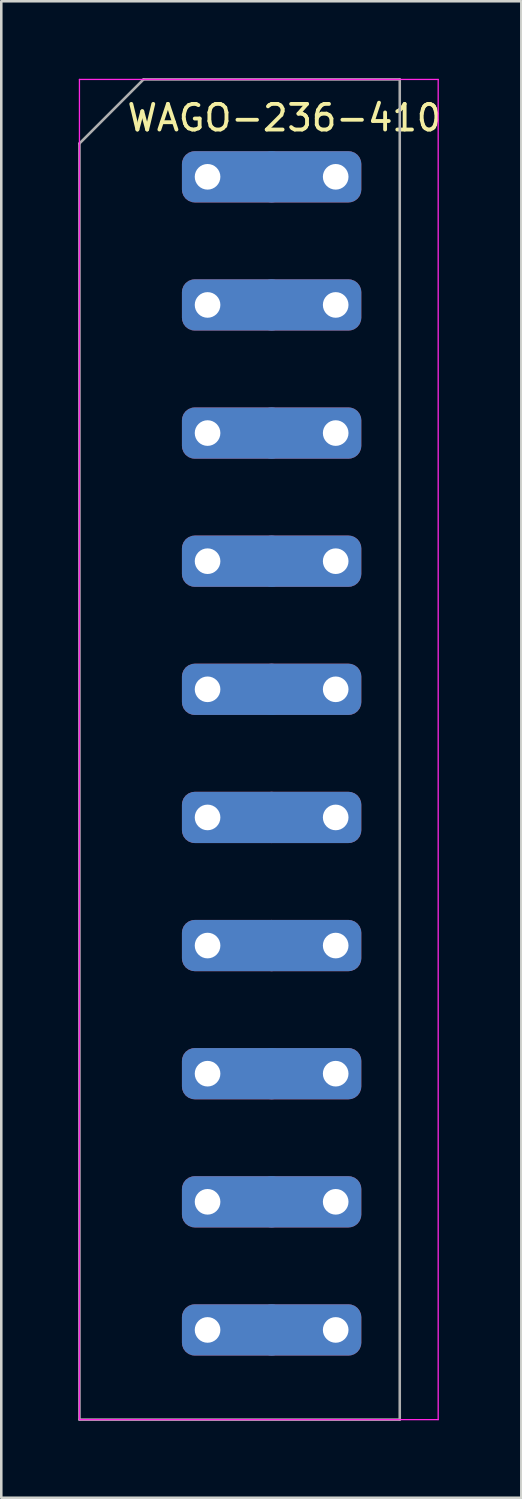
<source format=kicad_pcb>
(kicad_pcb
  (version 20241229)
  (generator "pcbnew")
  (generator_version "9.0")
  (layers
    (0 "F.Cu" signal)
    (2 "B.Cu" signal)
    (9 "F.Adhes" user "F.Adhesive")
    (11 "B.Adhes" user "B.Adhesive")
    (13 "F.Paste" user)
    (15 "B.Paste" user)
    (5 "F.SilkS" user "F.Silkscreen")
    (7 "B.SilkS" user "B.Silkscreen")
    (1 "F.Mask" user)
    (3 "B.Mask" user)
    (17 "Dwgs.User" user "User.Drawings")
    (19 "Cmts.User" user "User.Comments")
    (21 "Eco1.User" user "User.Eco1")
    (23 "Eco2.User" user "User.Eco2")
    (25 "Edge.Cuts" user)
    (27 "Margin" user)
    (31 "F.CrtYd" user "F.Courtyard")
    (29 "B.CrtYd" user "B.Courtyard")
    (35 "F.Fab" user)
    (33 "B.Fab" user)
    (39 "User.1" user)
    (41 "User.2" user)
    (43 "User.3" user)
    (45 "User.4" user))
  (footprint "WAGO-236-410"
    (layer "F.Cu")
    (at 5.05 3.85)
    (property "Reference" "WAGO-236-410" (at 3 -2.3 180) (layer "F.SilkS") (effects (font (size 1 1) (thickness 0.15))))
    (attr through_hole)
    (fp_line (start -5 -3.8) (end 9 -3.8) (stroke (width 0.05) (type solid)) (layer "F.CrtYd"))
    (fp_line (start -5 48.5) (end -5 -3.8) (stroke (width 0.05) (type solid)) (layer "F.CrtYd"))
    (fp_line (start 9 -3.8) (end 9 48.5) (stroke (width 0.05) (type solid)) (layer "F.CrtYd"))
    (fp_line (start 9 48.5) (end -5 48.5) (stroke (width 0.05) (type solid)) (layer "F.CrtYd"))
    (fp_line (start -5 -1.3) (end -2.5 -3.8) (stroke (width 0.1) (type solid)) (layer "F.Fab"))
    (fp_line (start -5 48.5) (end -5 -1.3) (stroke (width 0.1) (type solid)) (layer "F.Fab"))
    (fp_line (start -2.5 -3.8) (end 7.5 -3.8) (stroke (width 0.1) (type solid)) (layer "F.Fab"))
    (fp_line (start 7.5 -3.8) (end 7.5 48.5) (stroke (width 0.1) (type solid)) (layer "F.Fab"))
    (fp_line (start 7.5 48.5) (end -5 48.5) (stroke (width 0.1) (type solid)) (layer "F.Fab"))
    (pad "1" thru_hole roundrect (at 0 0) (size 4 2) (drill 1 (offset 1 0)) (layers "*.Cu" "*.Mask") (roundrect_rratio 0.25))
    (pad "1" thru_hole roundrect (at 5 0) (size 4 2) (drill 1 (offset -1 0)) (layers "*.Cu" "*.Mask") (roundrect_rratio 0.25))
    (pad "2" thru_hole roundrect (at 0 5) (size 4 2) (drill 1 (offset 1 0)) (layers "*.Cu" "*.Mask") (roundrect_rratio 0.25))
    (pad "2" thru_hole roundrect (at 5 5) (size 4 2) (drill 1 (offset -1 0)) (layers "*.Cu" "*.Mask") (roundrect_rratio 0.25))
    (pad "3" thru_hole roundrect (at 0 10) (size 4 2) (drill 1 (offset 1 0)) (layers "*.Cu" "*.Mask") (roundrect_rratio 0.25))
    (pad "3" thru_hole roundrect (at 5 10) (size 4 2) (drill 1 (offset -1 0)) (layers "*.Cu" "*.Mask") (roundrect_rratio 0.25))
    (pad "4" thru_hole roundrect (at 0 15) (size 4 2) (drill 1 (offset 1 0)) (layers "*.Cu" "*.Mask") (roundrect_rratio 0.25))
    (pad "4" thru_hole roundrect (at 5 15) (size 4 2) (drill 1 (offset -1 0)) (layers "*.Cu" "*.Mask") (roundrect_rratio 0.25))
    (pad "5" thru_hole roundrect (at 0 20) (size 4 2) (drill 1 (offset 1 0)) (layers "*.Cu" "*.Mask") (roundrect_rratio 0.25))
    (pad "5" thru_hole roundrect (at 5 20) (size 4 2) (drill 1 (offset -1 0)) (layers "*.Cu" "*.Mask") (roundrect_rratio 0.25))
    (pad "6" thru_hole roundrect (at 0 25) (size 4 2) (drill 1 (offset 1 0)) (layers "*.Cu" "*.Mask") (roundrect_rratio 0.25))
    (pad "6" thru_hole roundrect (at 5 25) (size 4 2) (drill 1 (offset -1 0)) (layers "*.Cu" "*.Mask") (roundrect_rratio 0.25))
    (pad "7" thru_hole roundrect (at 0 30) (size 4 2) (drill 1 (offset 1 0)) (layers "*.Cu" "*.Mask") (roundrect_rratio 0.25))
    (pad "7" thru_hole roundrect (at 5 30) (size 4 2) (drill 1 (offset -1 0)) (layers "*.Cu" "*.Mask") (roundrect_rratio 0.25))
    (pad "8" thru_hole roundrect (at 0 35) (size 4 2) (drill 1 (offset 1 0)) (layers "*.Cu" "*.Mask") (roundrect_rratio 0.25))
    (pad "8" thru_hole roundrect (at 5 35) (size 4 2) (drill 1 (offset -1 0)) (layers "*.Cu" "*.Mask") (roundrect_rratio 0.25))
    (pad "9" thru_hole roundrect (at 0 40) (size 4 2) (drill 1 (offset 1 0)) (layers "*.Cu" "*.Mask") (roundrect_rratio 0.25))
    (pad "9" thru_hole roundrect (at 5 40) (size 4 2) (drill 1 (offset -1 0)) (layers "*.Cu" "*.Mask") (roundrect_rratio 0.25))
    (pad "10" thru_hole roundrect (at 0 45) (size 4 2) (drill 1 (offset 1 0)) (layers "*.Cu" "*.Mask") (roundrect_rratio 0.25))
    (pad "10" thru_hole roundrect (at 5 45) (size 4 2) (drill 1 (offset -1 0)) (layers "*.Cu" "*.Mask") (roundrect_rratio 0.25)))
  (gr_rect
    (start -3 -3)
    (end 17.294 55.4)
    (stroke (width 0.1) (type default))
    (fill no)
    (layer "Edge.Cuts")))
</source>
